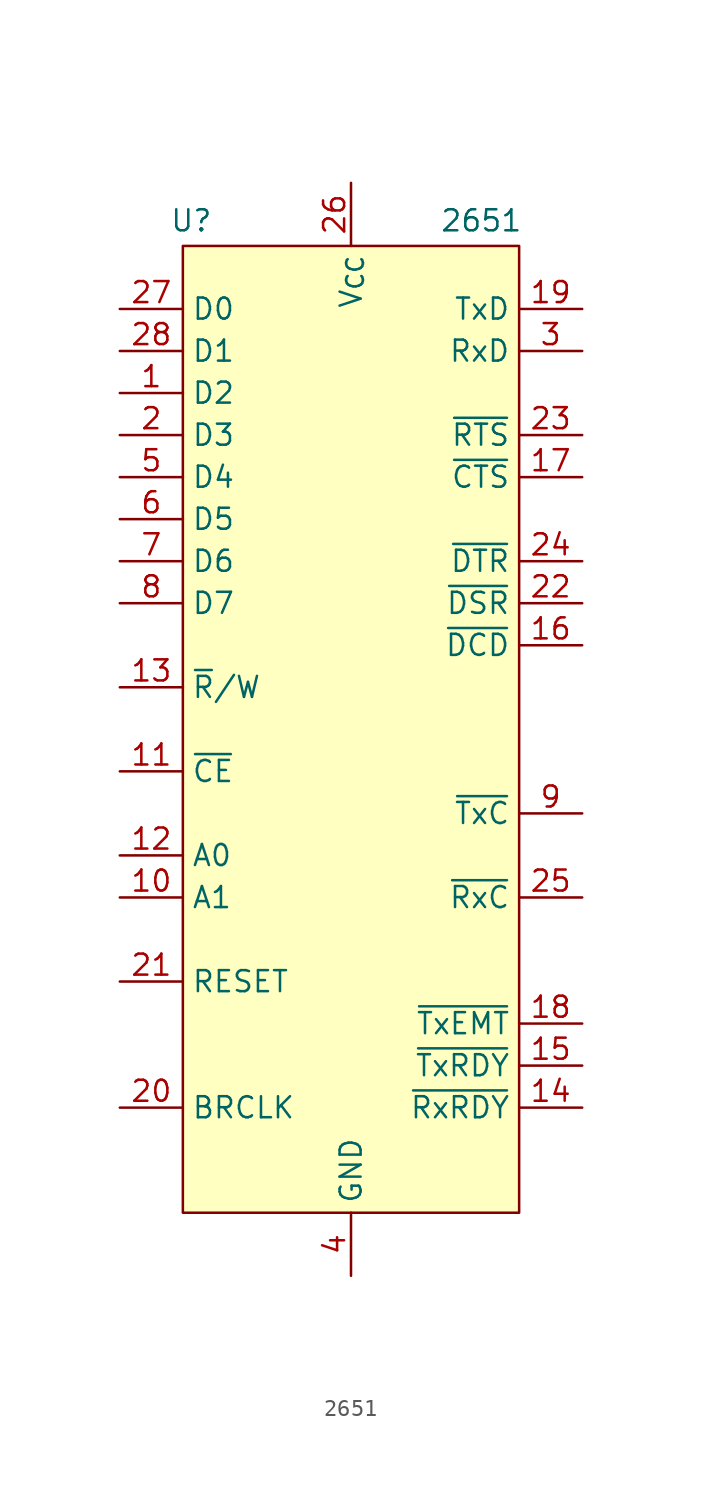
<source format=kicad_sym>
(kicad_symbol_lib
  (version 20231120)
  (generator "kicad_symbol_editor")
  (generator_version "8.0")
  (symbol "2651"
    (property "Reference" "U"
      (at -9.652 30.734 0)
      (effects (font (size 1.27 1.27))))
    (property "Value" "2651"
      (at 7.874 30.734 0)
      (effects (font (size 1.27 1.27))))
    (symbol "2651_1_1"
      (rectangle (start -10.16 29.21) (end 10.16 -29.21) (stroke (width 0) (type default)) (fill (type background)))
      (pin tri_state line (at -13.97 20.32 0) (length 3.81) (name "D2" (effects (font (size 1.27 1.27)))) (number "1" (effects (font (size 1.27 1.27)))))
      (pin input line (at -13.97 -10.16 0) (length 3.81) (name "A1" (effects (font (size 1.27 1.27)))) (number "10" (effects (font (size 1.27 1.27)))))
      (pin input line (at -13.97 -2.54 0) (length 3.81) (name "~{CE}" (effects (font (size 1.27 1.27)))) (number "11" (effects (font (size 1.27 1.27)))))
      (pin input line (at -13.97 -7.62 0) (length 3.81) (name "A0" (effects (font (size 1.27 1.27)))) (number "12" (effects (font (size 1.27 1.27)))))
      (pin input line (at -13.97 2.54 0) (length 3.81) (name "~{R}/W" (effects (font (size 1.27 1.27)))) (number "13" (effects (font (size 1.27 1.27)))))
      (pin output line (at 13.97 -22.86 180) (length 3.81) (name "~{RxRDY}" (effects (font (size 1.27 1.27)))) (number "14" (effects (font (size 1.27 1.27)))))
      (pin output line (at 13.97 -20.32 180) (length 3.81) (name "~{TxRDY}" (effects (font (size 1.27 1.27)))) (number "15" (effects (font (size 1.27 1.27)))))
      (pin input line (at 13.97 5.08 180) (length 3.81) (name "~{DCD}" (effects (font (size 1.27 1.27)))) (number "16" (effects (font (size 1.27 1.27)))))
      (pin input line (at 13.97 15.24 180) (length 3.81) (name "~{CTS}" (effects (font (size 1.27 1.27)))) (number "17" (effects (font (size 1.27 1.27)))))
      (pin output line (at 13.97 -17.78 180) (length 3.81) (name "~{TxEMT}" (effects (font (size 1.27 1.27)))) (number "18" (effects (font (size 1.27 1.27)))))
      (pin output line (at 13.97 25.4 180) (length 3.81) (name "TxD" (effects (font (size 1.27 1.27)))) (number "19" (effects (font (size 1.27 1.27)))))
      (pin tri_state line (at -13.97 17.78 0) (length 3.81) (name "D3" (effects (font (size 1.27 1.27)))) (number "2" (effects (font (size 1.27 1.27)))))
      (pin input line (at -13.97 -22.86 0) (length 3.81) (name "BRCLK" (effects (font (size 1.27 1.27)))) (number "20" (effects (font (size 1.27 1.27)))))
      (pin input line (at -13.97 -15.24 0) (length 3.81) (name "RESET" (effects (font (size 1.27 1.27)))) (number "21" (effects (font (size 1.27 1.27)))))
      (pin input line (at 13.97 7.62 180) (length 3.81) (name "~{DSR}" (effects (font (size 1.27 1.27)))) (number "22" (effects (font (size 1.27 1.27)))))
      (pin output line (at 13.97 17.78 180) (length 3.81) (name "~{RTS}" (effects (font (size 1.27 1.27)))) (number "23" (effects (font (size 1.27 1.27)))))
      (pin output line (at 13.97 10.16 180) (length 3.81) (name "~{DTR}" (effects (font (size 1.27 1.27)))) (number "24" (effects (font (size 1.27 1.27)))))
      (pin bidirectional line (at 13.97 -10.16 180) (length 3.81) (name "~{RxC}" (effects (font (size 1.27 1.27)))) (number "25" (effects (font (size 1.27 1.27)))))
      (pin power_in line (at 0 33.02 270) (length 3.81) (name "V_{CC}" (effects (font (size 1.27 1.27)))) (number "26" (effects (font (size 1.27 1.27)))))
      (pin tri_state line (at -13.97 25.4 0) (length 3.81) (name "D0" (effects (font (size 1.27 1.27)))) (number "27" (effects (font (size 1.27 1.27)))))
      (pin tri_state line (at -13.97 22.86 0) (length 3.81) (name "D1" (effects (font (size 1.27 1.27)))) (number "28" (effects (font (size 1.27 1.27)))))
      (pin input line (at 13.97 22.86 180) (length 3.81) (name "RxD" (effects (font (size 1.27 1.27)))) (number "3" (effects (font (size 1.27 1.27)))))
      (pin power_in line (at 0 -33.02 90) (length 3.81) (name "GND" (effects (font (size 1.27 1.27)))) (number "4" (effects (font (size 1.27 1.27)))))
      (pin tri_state line (at -13.97 15.24 0) (length 3.81) (name "D4" (effects (font (size 1.27 1.27)))) (number "5" (effects (font (size 1.27 1.27)))))
      (pin tri_state line (at -13.97 12.7 0) (length 3.81) (name "D5" (effects (font (size 1.27 1.27)))) (number "6" (effects (font (size 1.27 1.27)))))
      (pin tri_state line (at -13.97 10.16 0) (length 3.81) (name "D6" (effects (font (size 1.27 1.27)))) (number "7" (effects (font (size 1.27 1.27)))))
      (pin tri_state line (at -13.97 7.62 0) (length 3.81) (name "D7" (effects (font (size 1.27 1.27)))) (number "8" (effects (font (size 1.27 1.27)))))
      (pin bidirectional line (at 13.97 -5.08 180) (length 3.81) (name "~{TxC}" (effects (font (size 1.27 1.27)))) (number "9" (effects (font (size 1.27 1.27))))))))
</source>
